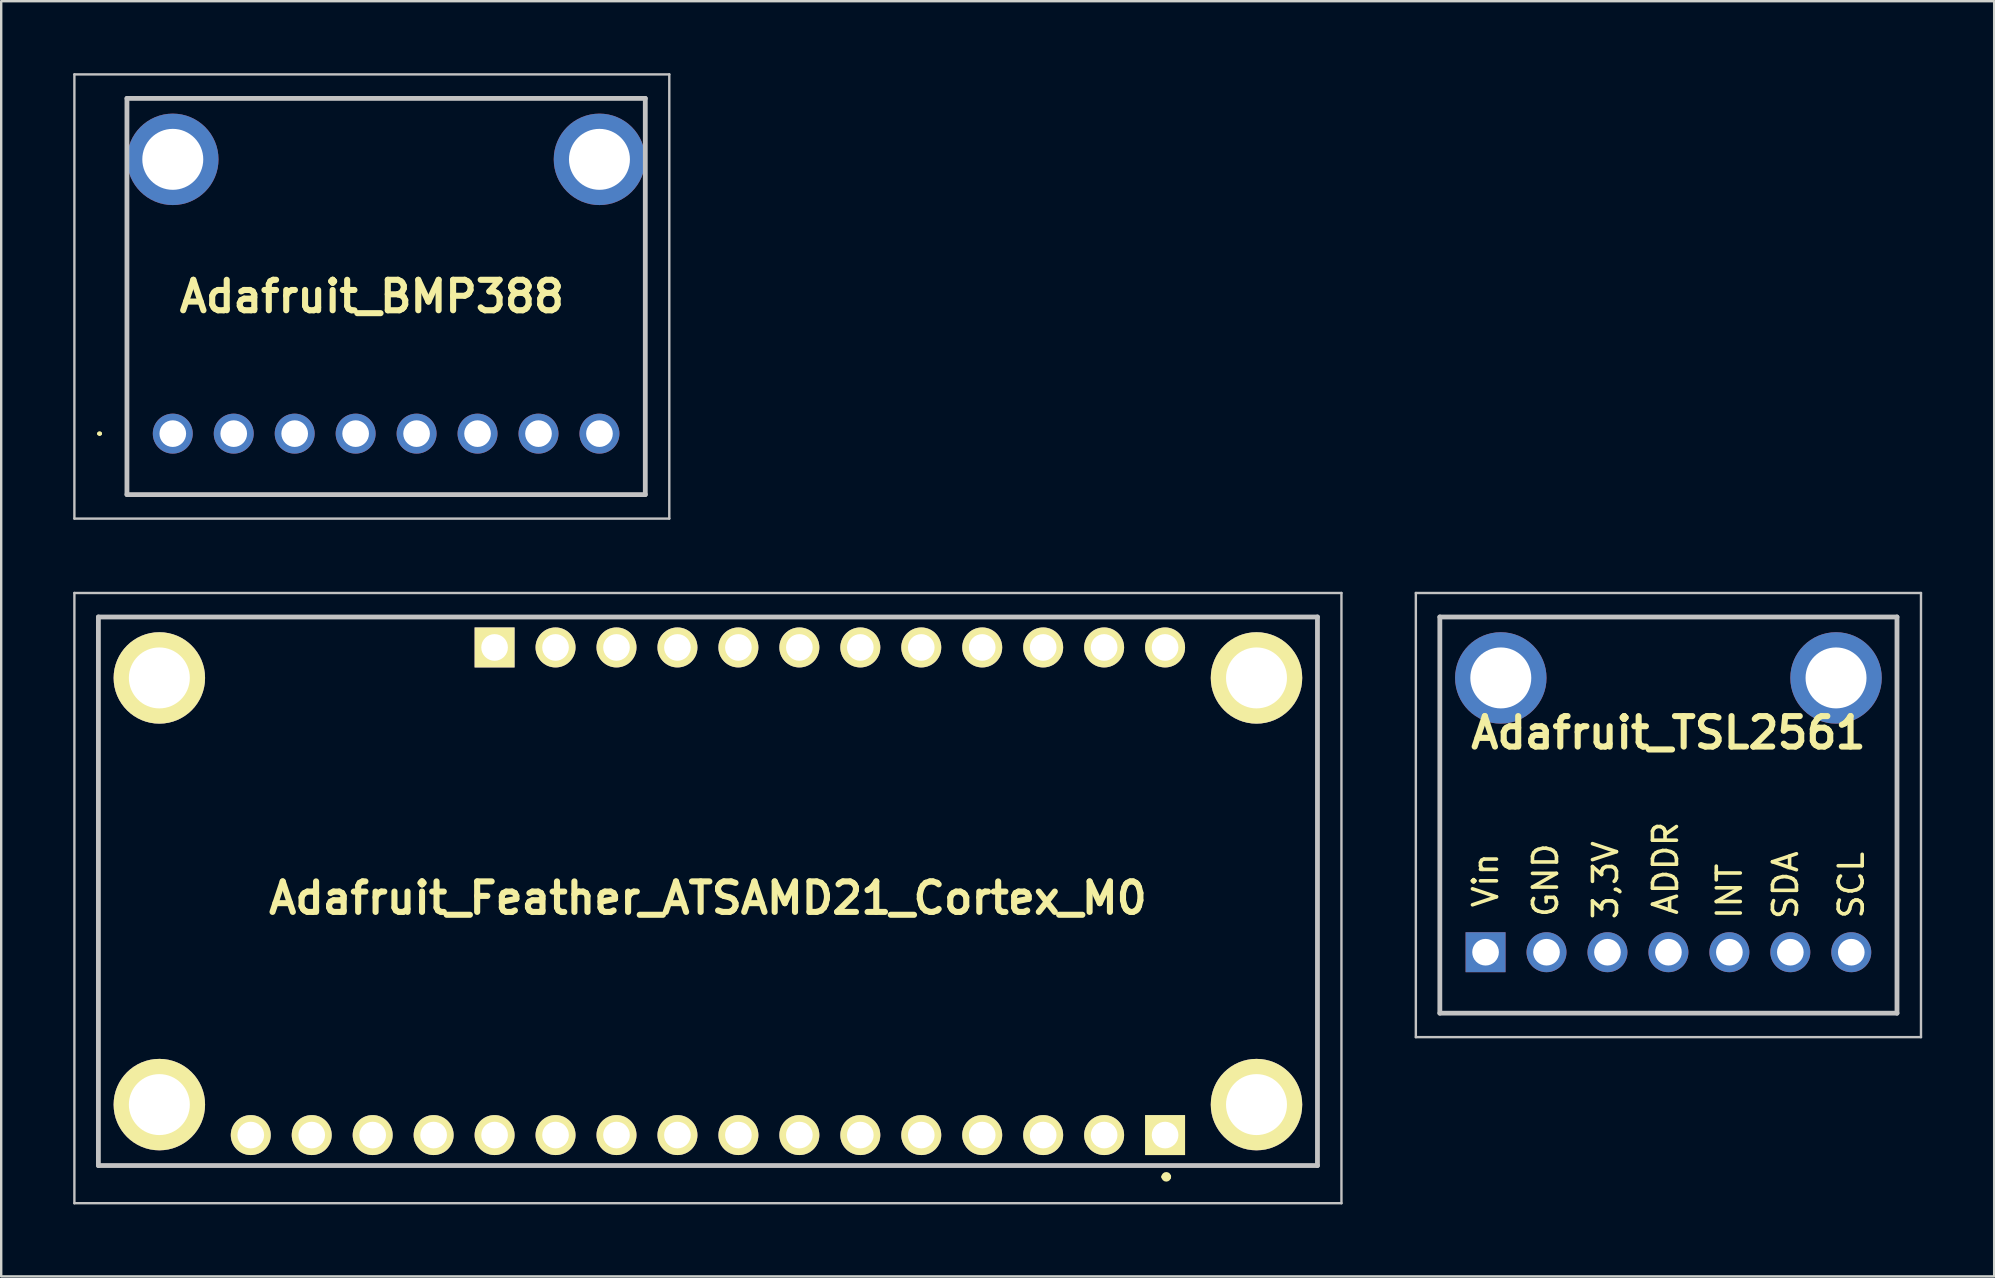
<source format=kicad_pcb>
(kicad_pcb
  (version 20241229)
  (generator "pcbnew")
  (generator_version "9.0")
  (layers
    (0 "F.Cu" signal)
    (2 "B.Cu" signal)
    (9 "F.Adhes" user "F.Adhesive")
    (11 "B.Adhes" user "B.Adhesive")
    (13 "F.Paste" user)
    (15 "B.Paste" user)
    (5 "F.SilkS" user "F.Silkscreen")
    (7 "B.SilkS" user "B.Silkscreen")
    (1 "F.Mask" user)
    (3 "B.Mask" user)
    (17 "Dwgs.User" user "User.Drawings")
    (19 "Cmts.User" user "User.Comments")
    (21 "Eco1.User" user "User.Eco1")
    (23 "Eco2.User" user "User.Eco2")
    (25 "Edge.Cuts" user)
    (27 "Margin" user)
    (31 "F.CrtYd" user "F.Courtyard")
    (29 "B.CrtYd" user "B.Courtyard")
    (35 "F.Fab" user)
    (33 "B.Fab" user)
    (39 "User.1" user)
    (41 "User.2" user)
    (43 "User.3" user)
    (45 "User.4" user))
  (footprint "Adafruit_BMP388"
    (layer "F.Cu")
    (at 4.15 15.02)
    (property "Reference" "Adafruit_BMP388" (at 8.295 -5.715 0) (layer "F.SilkS") (effects (font (size 1.27 1.27) (thickness 0.254))))
    (attr through_hole)
    (fp_line (start -3.1 0) (end -3.1 0) (stroke (width 0.1) (type solid)) (layer "F.SilkS"))
    (fp_line (start -3 0) (end -3 0) (stroke (width 0.1) (type solid)) (layer "F.SilkS"))
    (fp_line (start 2.54 -13.97) (end 16.51 -13.97) (stroke (width 0.1) (type solid)) (layer "F.SilkS"))
    (fp_line (start 3.81 2.54) (end 16.51 2.54) (stroke (width 0.1) (type solid)) (layer "F.SilkS"))
    (fp_arc (start -3.1 0) (mid -3.05 -0.05) (end -3 0) (stroke (width 0.1) (type solid)) (layer "F.SilkS"))
    (fp_arc (start -3 0) (mid -3.05 0.05) (end -3.1 0) (stroke (width 0.1) (type solid)) (layer "F.SilkS"))
    (fp_line (start -4.1 -14.97) (end 20.69 -14.97) (stroke (width 0.1) (type solid)) (layer "Dwgs.User"))
    (fp_line (start -4.1 3.54) (end -4.1 -14.97) (stroke (width 0.1) (type solid)) (layer "Dwgs.User"))
    (fp_line (start -1.91 -13.97) (end 19.69 -13.97) (stroke (width 0.2) (type solid)) (layer "Dwgs.User"))
    (fp_line (start -1.91 2.54) (end -1.91 -13.97) (stroke (width 0.2) (type solid)) (layer "Dwgs.User"))
    (fp_line (start 19.69 -13.97) (end 19.69 2.54) (stroke (width 0.2) (type solid)) (layer "Dwgs.User"))
    (fp_line (start 19.69 2.54) (end -1.91 2.54) (stroke (width 0.2) (type solid)) (layer "Dwgs.User"))
    (fp_line (start 20.69 -14.97) (end 20.69 3.54) (stroke (width 0.1) (type solid)) (layer "Dwgs.User"))
    (fp_line (start 20.69 3.54) (end -4.1 3.54) (stroke (width 0.1) (type solid)) (layer "Dwgs.User"))
    (pad "1" thru_hole circle (at 0 0 90) (size 1.665 1.665) (drill 1.11) (layers "*.Cu" "*.Mask"))
    (pad "2" thru_hole circle (at 2.54 0 90) (size 1.665 1.665) (drill 1.11) (layers "*.Cu" "*.Mask"))
    (pad "3" thru_hole circle (at 5.08 0 90) (size 1.665 1.665) (drill 1.11) (layers "*.Cu" "*.Mask"))
    (pad "4" thru_hole circle (at 7.62 0 90) (size 1.665 1.665) (drill 1.11) (layers "*.Cu" "*.Mask"))
    (pad "5" thru_hole circle (at 10.16 0 90) (size 1.665 1.665) (drill 1.11) (layers "*.Cu" "*.Mask"))
    (pad "6" thru_hole circle (at 12.7 0 90) (size 1.665 1.665) (drill 1.11) (layers "*.Cu" "*.Mask"))
    (pad "7" thru_hole circle (at 15.24 0 90) (size 1.665 1.665) (drill 1.11) (layers "*.Cu" "*.Mask"))
    (pad "8" thru_hole circle (at 17.78 0 90) (size 1.665 1.665) (drill 1.11) (layers "*.Cu" "*.Mask"))
    (pad "MH1" thru_hole circle (at 0 -11.43 90) (size 3.81 3.81) (drill 2.54) (layers "*.Cu" "*.Mask"))
    (pad "MH2" thru_hole circle (at 17.78 -11.43 90) (size 3.81 3.81) (drill 2.54) (layers "*.Cu" "*.Mask")))
  (footprint "Adafruit_TSL2561"
    (layer "F.Cu")
    (at 58.855 36.63)
    (property "Reference" "Adafruit_TSL2561" (at 7.62 -9.144 0) (layer "F.SilkS") (effects (font (size 1.27 1.27) (thickness 0.254))))
    (attr through_hole)
    (fp_line (start -1.905 -13.97) (end 17.145 -13.97) (stroke (width 0.1) (type solid)) (layer "F.SilkS"))
    (fp_line (start -1.905 2.54) (end -1.905 -13.97) (stroke (width 0.1) (type solid)) (layer "F.SilkS"))
    (fp_line (start 17.145 -13.97) (end 17.145 2.54) (stroke (width 0.1) (type solid)) (layer "F.SilkS"))
    (fp_line (start 17.145 2.54) (end -1.905 2.54) (stroke (width 0.1) (type solid)) (layer "F.SilkS"))
    (fp_line (start -2.905 -14.97) (end 18.145 -14.97) (stroke (width 0.1) (type solid)) (layer "Dwgs.User"))
    (fp_line (start -2.905 3.54) (end -2.905 -14.97) (stroke (width 0.1) (type solid)) (layer "Dwgs.User"))
    (fp_line (start -1.905 -13.97) (end 17.145 -13.97) (stroke (width 0.2) (type solid)) (layer "Dwgs.User"))
    (fp_line (start -1.905 2.54) (end -1.905 -13.97) (stroke (width 0.2) (type solid)) (layer "Dwgs.User"))
    (fp_line (start 17.145 -13.97) (end 17.145 2.54) (stroke (width 0.2) (type solid)) (layer "Dwgs.User"))
    (fp_line (start 17.145 2.54) (end -1.905 2.54) (stroke (width 0.2) (type solid)) (layer "Dwgs.User"))
    (fp_line (start 18.145 -14.97) (end 18.145 3.54) (stroke (width 0.1) (type solid)) (layer "Dwgs.User"))
    (fp_line (start 18.145 3.54) (end -2.905 3.54) (stroke (width 0.1) (type solid)) (layer "Dwgs.User"))
    (fp_text user "GND" (at 2.5 -3 90) (layer "F.SilkS") (effects (font (size 1 1) (thickness 0.15))))
    (fp_text user "INT" (at 10.16 -2.54 90) (layer "F.SilkS") (effects (font (size 1 1) (thickness 0.15))))
    (fp_text user "Vin" (at 0 -3 90) (layer "F.SilkS") (effects (font (size 1 1) (thickness 0.15))))
    (fp_text user "SDA" (at 12.5 -2.794 90) (layer "F.SilkS") (effects (font (size 1 1) (thickness 0.15))))
    (fp_text user "SCL" (at 15.24 -2.794 90) (layer "F.SilkS") (effects (font (size 1 1) (thickness 0.15))))
    (fp_text user "ADDR" (at 7.5 -3.5 90) (layer "F.SilkS") (effects (font (size 1 1) (thickness 0.15))))
    (fp_text user "3,3V" (at 5 -3 90) (layer "F.SilkS") (effects (font (size 1 1) (thickness 0.15))))
    (pad "1" thru_hole rect (at 0 0 90) (size 1.665 1.665) (drill 1.11) (layers "*.Cu" "*.Mask"))
    (pad "2" thru_hole circle (at 2.54 0 90) (size 1.665 1.665) (drill 1.11) (layers "*.Cu" "*.Mask"))
    (pad "3" thru_hole circle (at 5.08 0 90) (size 1.665 1.665) (drill 1.11) (layers "*.Cu" "*.Mask"))
    (pad "4" thru_hole circle (at 7.62 0 90) (size 1.665 1.665) (drill 1.11) (layers "*.Cu" "*.Mask"))
    (pad "5" thru_hole circle (at 10.16 0 90) (size 1.665 1.665) (drill 1.11) (layers "*.Cu" "*.Mask"))
    (pad "6" thru_hole circle (at 12.7 0 90) (size 1.665 1.665) (drill 1.11) (layers "*.Cu" "*.Mask"))
    (pad "7" thru_hole circle (at 15.24 0 90) (size 1.665 1.665) (drill 1.11) (layers "*.Cu" "*.Mask"))
    (pad "MH1" thru_hole circle (at 0.635 -11.43 90) (size 3.81 3.81) (drill 2.54) (layers "*.Cu" "*.Mask"))
    (pad "MH2" thru_hole circle (at 14.605 -11.43 90) (size 3.81 3.81) (drill 2.54) (layers "*.Cu" "*.Mask")))
  (footprint "Adafruit_Feather_ATSAMD21_Cortex_M0"
    (layer "F.Cu")
    (at 26.45 34.375)
    (property "Reference" "Adafruit_Feather_ATSAMD21_Cortex_M0" (at 0 0 0) (layer "F.SilkS") (effects (font (size 1.27 1.27) (thickness 0.254))))
    (attr through_hole)
    (fp_line (start -25.4 -11.715) (end 25.4 -11.715) (stroke (width 0.1) (type solid)) (layer "F.SilkS"))
    (fp_line (start -25.4 11.145) (end -25.4 -11.715) (stroke (width 0.1) (type solid)) (layer "F.SilkS"))
    (fp_line (start 19 11.615) (end 19 11.615) (stroke (width 0.2) (type solid)) (layer "F.SilkS"))
    (fp_line (start 19.2 11.615) (end 19.2 11.615) (stroke (width 0.2) (type solid)) (layer "F.SilkS"))
    (fp_line (start 25.4 -11.715) (end 25.4 11.145) (stroke (width 0.1) (type solid)) (layer "F.SilkS"))
    (fp_line (start 25.4 11.145) (end -25.4 11.145) (stroke (width 0.1) (type solid)) (layer "F.SilkS"))
    (fp_arc (start 19 11.615) (mid 19.1 11.515) (end 19.2 11.615) (stroke (width 0.2) (type solid)) (layer "F.SilkS"))
    (fp_arc (start 19.2 11.615) (mid 19.1 11.715) (end 19 11.615) (stroke (width 0.2) (type solid)) (layer "F.SilkS"))
    (fp_line (start -26.4 -12.715) (end 26.4 -12.715) (stroke (width 0.1) (type solid)) (layer "Dwgs.User"))
    (fp_line (start -26.4 12.715) (end -26.4 -12.715) (stroke (width 0.1) (type solid)) (layer "Dwgs.User"))
    (fp_line (start -25.4 -11.715) (end 25.4 -11.715) (stroke (width 0.2) (type solid)) (layer "Dwgs.User"))
    (fp_line (start -25.4 11.145) (end -25.4 -11.715) (stroke (width 0.2) (type solid)) (layer "Dwgs.User"))
    (fp_line (start 25.4 -11.715) (end 25.4 11.145) (stroke (width 0.2) (type solid)) (layer "Dwgs.User"))
    (fp_line (start 25.4 11.145) (end -25.4 11.145) (stroke (width 0.2) (type solid)) (layer "Dwgs.User"))
    (fp_line (start 26.4 -12.715) (end 26.4 12.715) (stroke (width 0.1) (type solid)) (layer "Dwgs.User"))
    (fp_line (start 26.4 12.715) (end -26.4 12.715) (stroke (width 0.1) (type solid)) (layer "Dwgs.User"))
    (pad "1" thru_hole rect (at 19.05 9.875 90) (size 1.665 1.665) (drill 1.11) (layers "*.Cu" "*.Mask" "F.SilkS"))
    (pad "2" thru_hole circle (at 16.51 9.875 90) (size 1.665 1.665) (drill 1.11) (layers "*.Cu" "*.Mask" "F.SilkS"))
    (pad "3" thru_hole circle (at 13.97 9.875 90) (size 1.665 1.665) (drill 1.11) (layers "*.Cu" "*.Mask" "F.SilkS"))
    (pad "4" thru_hole circle (at 11.43 9.875 90) (size 1.665 1.665) (drill 1.11) (layers "*.Cu" "*.Mask" "F.SilkS"))
    (pad "5" thru_hole circle (at 8.89 9.875 90) (size 1.665 1.665) (drill 1.11) (layers "*.Cu" "*.Mask" "F.SilkS"))
    (pad "6" thru_hole circle (at 6.35 9.875 90) (size 1.665 1.665) (drill 1.11) (layers "*.Cu" "*.Mask" "F.SilkS"))
    (pad "7" thru_hole circle (at 3.81 9.875 90) (size 1.665 1.665) (drill 1.11) (layers "*.Cu" "*.Mask" "F.SilkS"))
    (pad "8" thru_hole circle (at 1.27 9.875 90) (size 1.665 1.665) (drill 1.11) (layers "*.Cu" "*.Mask" "F.SilkS"))
    (pad "9" thru_hole circle (at -1.27 9.875 90) (size 1.665 1.665) (drill 1.11) (layers "*.Cu" "*.Mask" "F.SilkS"))
    (pad "10" thru_hole circle (at -3.81 9.875 90) (size 1.665 1.665) (drill 1.11) (layers "*.Cu" "*.Mask" "F.SilkS"))
    (pad "11" thru_hole circle (at -6.35 9.875 90) (size 1.665 1.665) (drill 1.11) (layers "*.Cu" "*.Mask" "F.SilkS"))
    (pad "12" thru_hole circle (at -8.89 9.875 90) (size 1.665 1.665) (drill 1.11) (layers "*.Cu" "*.Mask" "F.SilkS"))
    (pad "13" thru_hole circle (at -11.43 9.875 90) (size 1.665 1.665) (drill 1.11) (layers "*.Cu" "*.Mask" "F.SilkS"))
    (pad "14" thru_hole circle (at -13.97 9.875 90) (size 1.665 1.665) (drill 1.11) (layers "*.Cu" "*.Mask" "F.SilkS"))
    (pad "15" thru_hole circle (at -16.51 9.875 90) (size 1.665 1.665) (drill 1.11) (layers "*.Cu" "*.Mask" "F.SilkS"))
    (pad "16" thru_hole circle (at -19.05 9.875 90) (size 1.665 1.665) (drill 1.11) (layers "*.Cu" "*.Mask" "F.SilkS"))
    (pad "17" thru_hole rect (at -8.89 -10.445 90) (size 1.665 1.665) (drill 1.11) (layers "*.Cu" "*.Mask" "F.SilkS"))
    (pad "18" thru_hole circle (at -6.35 -10.445 90) (size 1.665 1.665) (drill 1.11) (layers "*.Cu" "*.Mask" "F.SilkS"))
    (pad "19" thru_hole circle (at -3.81 -10.445 90) (size 1.665 1.665) (drill 1.11) (layers "*.Cu" "*.Mask" "F.SilkS"))
    (pad "20" thru_hole circle (at -1.27 -10.445 90) (size 1.665 1.665) (drill 1.11) (layers "*.Cu" "*.Mask" "F.SilkS"))
    (pad "21" thru_hole circle (at 1.27 -10.445 90) (size 1.665 1.665) (drill 1.11) (layers "*.Cu" "*.Mask" "F.SilkS"))
    (pad "22" thru_hole circle (at 3.81 -10.445 90) (size 1.665 1.665) (drill 1.11) (layers "*.Cu" "*.Mask" "F.SilkS"))
    (pad "23" thru_hole circle (at 6.35 -10.445 90) (size 1.665 1.665) (drill 1.11) (layers "*.Cu" "*.Mask" "F.SilkS"))
    (pad "24" thru_hole circle (at 8.89 -10.445 90) (size 1.665 1.665) (drill 1.11) (layers "*.Cu" "*.Mask" "F.SilkS"))
    (pad "25" thru_hole circle (at 11.43 -10.445 90) (size 1.665 1.665) (drill 1.11) (layers "*.Cu" "*.Mask" "F.SilkS"))
    (pad "26" thru_hole circle (at 13.97 -10.445 90) (size 1.665 1.665) (drill 1.11) (layers "*.Cu" "*.Mask" "F.SilkS"))
    (pad "27" thru_hole circle (at 16.51 -10.445 90) (size 1.665 1.665) (drill 1.11) (layers "*.Cu" "*.Mask" "F.SilkS"))
    (pad "28" thru_hole circle (at 19.05 -10.445 90) (size 1.665 1.665) (drill 1.11) (layers "*.Cu" "*.Mask" "F.SilkS"))
    (pad "M1" thru_hole circle (at 22.86 -9.175 90) (size 3.81 3.81) (drill 2.54) (layers "*.Cu" "*.Mask" "F.SilkS"))
    (pad "M2" thru_hole circle (at 22.86 8.605 90) (size 3.81 3.81) (drill 2.54) (layers "*.Cu" "*.Mask" "F.SilkS"))
    (pad "M3" thru_hole circle (at -22.86 8.605 90) (size 3.81 3.81) (drill 2.54) (layers "*.Cu" "*.Mask" "F.SilkS"))
    (pad "M4" thru_hole circle (at -22.86 -9.175 90) (size 3.81 3.81) (drill 2.54) (layers "*.Cu" "*.Mask" "F.SilkS")))
  (gr_rect
    (start -3 -3)
    (end 80.05 50.14)
    (stroke (width 0.1) (type default))
    (fill no)
    (layer "Edge.Cuts")))
</source>
